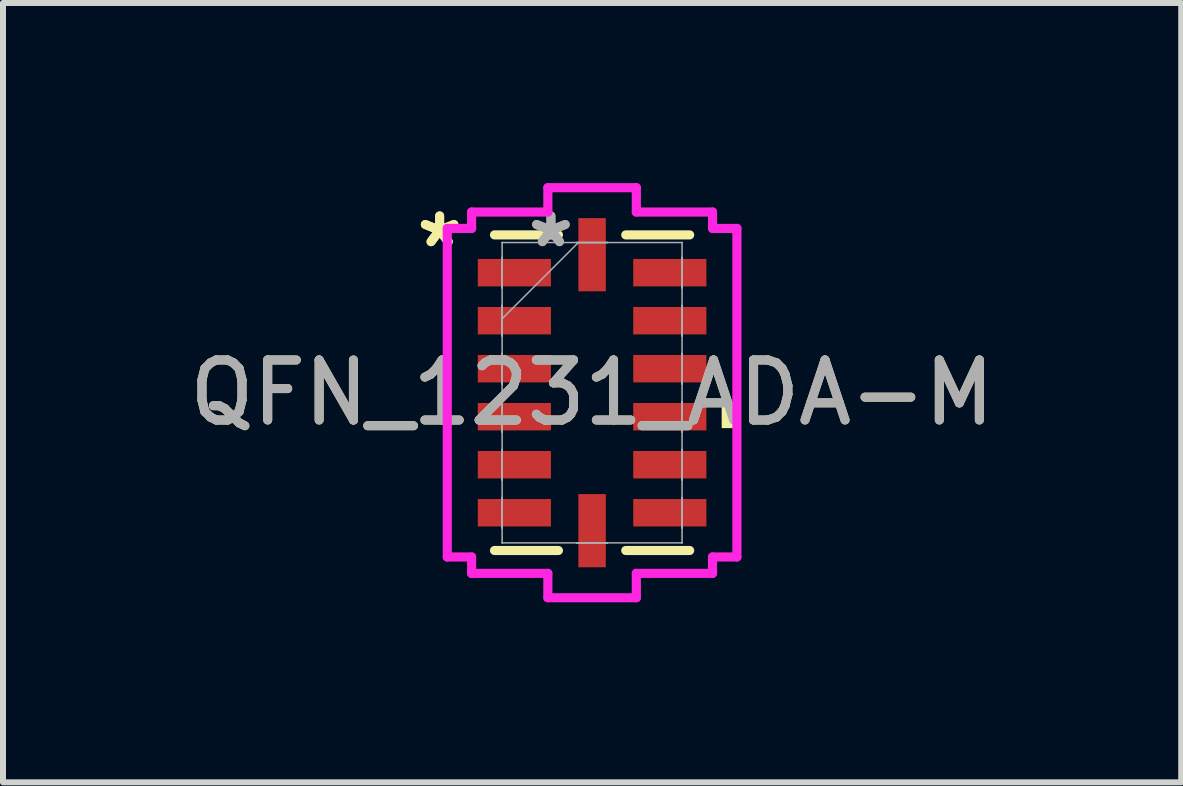
<source format=kicad_pcb>
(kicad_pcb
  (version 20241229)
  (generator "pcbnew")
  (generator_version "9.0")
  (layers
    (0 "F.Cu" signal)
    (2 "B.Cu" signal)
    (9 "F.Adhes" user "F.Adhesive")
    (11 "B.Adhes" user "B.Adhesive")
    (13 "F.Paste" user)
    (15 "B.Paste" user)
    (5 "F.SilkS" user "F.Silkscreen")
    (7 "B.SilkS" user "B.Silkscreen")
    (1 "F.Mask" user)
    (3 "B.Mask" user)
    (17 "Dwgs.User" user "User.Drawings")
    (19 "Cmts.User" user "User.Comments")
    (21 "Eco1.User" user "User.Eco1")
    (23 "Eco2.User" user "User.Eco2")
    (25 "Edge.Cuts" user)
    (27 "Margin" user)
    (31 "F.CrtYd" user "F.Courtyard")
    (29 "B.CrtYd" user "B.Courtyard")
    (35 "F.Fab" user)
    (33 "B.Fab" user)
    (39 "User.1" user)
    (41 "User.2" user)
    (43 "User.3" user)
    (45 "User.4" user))
  (footprint "QFN_1231_ADA-M"
    (layer "F.Cu")
    (at 6.815 3.493)
    (property "Reference" "QFN_1231_ADA-M" (at 0 0 0) (unlocked yes) (layer "F.SilkS") (effects (font (size 1 1) (thickness 0.15))))
    (attr smd)
    (fp_line (start -1.626 2.629) (end -0.561 2.629) (stroke (width 0.152) (type solid)) (layer "F.SilkS"))
    (fp_line (start -0.561 -2.629) (end -1.626 -2.629) (stroke (width 0.152) (type solid)) (layer "F.SilkS"))
    (fp_line (start 0.561 2.629) (end 1.626 2.629) (stroke (width 0.152) (type solid)) (layer "F.SilkS"))
    (fp_line (start 1.626 -2.629) (end 0.561 -2.629) (stroke (width 0.152) (type solid)) (layer "F.SilkS"))
    (fp_poly (pts (xy 2.413 0.209) (xy 2.413 0.59) (xy 2.159 0.59) (xy 2.159 0.209)) (stroke (width 0) (type solid)) (fill yes) (layer "F.SilkS"))
    (fp_line (start -2.413 -2.737) (end -2.007 -2.737) (stroke (width 0.152) (type solid)) (layer "F.CrtYd"))
    (fp_line (start -2.413 2.737) (end -2.413 -2.737) (stroke (width 0.152) (type solid)) (layer "F.CrtYd"))
    (fp_line (start -2.007 -3.01) (end -0.737 -3.01) (stroke (width 0.152) (type solid)) (layer "F.CrtYd"))
    (fp_line (start -2.007 -2.737) (end -2.007 -3.01) (stroke (width 0.152) (type solid)) (layer "F.CrtYd"))
    (fp_line (start -2.007 2.737) (end -2.413 2.737) (stroke (width 0.152) (type solid)) (layer "F.CrtYd"))
    (fp_line (start -2.007 3.01) (end -2.007 2.737) (stroke (width 0.152) (type solid)) (layer "F.CrtYd"))
    (fp_line (start -0.737 -3.416) (end 0.737 -3.416) (stroke (width 0.152) (type solid)) (layer "F.CrtYd"))
    (fp_line (start -0.737 -3.01) (end -0.737 -3.416) (stroke (width 0.152) (type solid)) (layer "F.CrtYd"))
    (fp_line (start -0.737 3.01) (end -2.007 3.01) (stroke (width 0.152) (type solid)) (layer "F.CrtYd"))
    (fp_line (start -0.737 3.416) (end -0.737 3.01) (stroke (width 0.152) (type solid)) (layer "F.CrtYd"))
    (fp_line (start 0.737 -3.416) (end 0.737 -3.01) (stroke (width 0.152) (type solid)) (layer "F.CrtYd"))
    (fp_line (start 0.737 -3.01) (end 2.007 -3.01) (stroke (width 0.152) (type solid)) (layer "F.CrtYd"))
    (fp_line (start 0.737 3.01) (end 0.737 3.416) (stroke (width 0.152) (type solid)) (layer "F.CrtYd"))
    (fp_line (start 0.737 3.416) (end -0.737 3.416) (stroke (width 0.152) (type solid)) (layer "F.CrtYd"))
    (fp_line (start 2.007 -3.01) (end 2.007 -2.737) (stroke (width 0.152) (type solid)) (layer "F.CrtYd"))
    (fp_line (start 2.007 -2.737) (end 2.413 -2.737) (stroke (width 0.152) (type solid)) (layer "F.CrtYd"))
    (fp_line (start 2.007 2.737) (end 2.007 3.01) (stroke (width 0.152) (type solid)) (layer "F.CrtYd"))
    (fp_line (start 2.007 3.01) (end 0.737 3.01) (stroke (width 0.152) (type solid)) (layer "F.CrtYd"))
    (fp_line (start 2.413 -2.737) (end 2.413 2.737) (stroke (width 0.152) (type solid)) (layer "F.CrtYd"))
    (fp_line (start 2.413 2.737) (end 2.007 2.737) (stroke (width 0.152) (type solid)) (layer "F.CrtYd"))
    (fp_line (start -1.499 -2.502) (end -1.499 -2.502) (stroke (width 0.025) (type solid)) (layer "F.Fab"))
    (fp_line (start -1.499 -2.502) (end -1.499 2.502) (stroke (width 0.025) (type solid)) (layer "F.Fab"))
    (fp_line (start -1.499 -2.254) (end -1.499 -2.254) (stroke (width 0.025) (type solid)) (layer "F.Fab"))
    (fp_line (start -1.499 -2.254) (end -1.499 -1.746) (stroke (width 0.025) (type solid)) (layer "F.Fab"))
    (fp_line (start -1.499 -1.746) (end -1.499 -2.254) (stroke (width 0.025) (type solid)) (layer "F.Fab"))
    (fp_line (start -1.499 -1.746) (end -1.499 -1.746) (stroke (width 0.025) (type solid)) (layer "F.Fab"))
    (fp_line (start -1.499 -1.454) (end -1.499 -1.454) (stroke (width 0.025) (type solid)) (layer "F.Fab"))
    (fp_line (start -1.499 -1.454) (end -1.499 -0.946) (stroke (width 0.025) (type solid)) (layer "F.Fab"))
    (fp_line (start -1.499 -1.232) (end -0.229 -2.502) (stroke (width 0.025) (type solid)) (layer "F.Fab"))
    (fp_line (start -1.499 -0.946) (end -1.499 -1.454) (stroke (width 0.025) (type solid)) (layer "F.Fab"))
    (fp_line (start -1.499 -0.946) (end -1.499 -0.946) (stroke (width 0.025) (type solid)) (layer "F.Fab"))
    (fp_line (start -1.499 -0.654) (end -1.499 -0.654) (stroke (width 0.025) (type solid)) (layer "F.Fab"))
    (fp_line (start -1.499 -0.654) (end -1.499 -0.146) (stroke (width 0.025) (type solid)) (layer "F.Fab"))
    (fp_line (start -1.499 -0.146) (end -1.499 -0.654) (stroke (width 0.025) (type solid)) (layer "F.Fab"))
    (fp_line (start -1.499 -0.146) (end -1.499 -0.146) (stroke (width 0.025) (type solid)) (layer "F.Fab"))
    (fp_line (start -1.499 0.146) (end -1.499 0.146) (stroke (width 0.025) (type solid)) (layer "F.Fab"))
    (fp_line (start -1.499 0.146) (end -1.499 0.654) (stroke (width 0.025) (type solid)) (layer "F.Fab"))
    (fp_line (start -1.499 0.654) (end -1.499 0.146) (stroke (width 0.025) (type solid)) (layer "F.Fab"))
    (fp_line (start -1.499 0.654) (end -1.499 0.654) (stroke (width 0.025) (type solid)) (layer "F.Fab"))
    (fp_line (start -1.499 0.946) (end -1.499 0.946) (stroke (width 0.025) (type solid)) (layer "F.Fab"))
    (fp_line (start -1.499 0.946) (end -1.499 1.454) (stroke (width 0.025) (type solid)) (layer "F.Fab"))
    (fp_line (start -1.499 1.454) (end -1.499 0.946) (stroke (width 0.025) (type solid)) (layer "F.Fab"))
    (fp_line (start -1.499 1.454) (end -1.499 1.454) (stroke (width 0.025) (type solid)) (layer "F.Fab"))
    (fp_line (start -1.499 1.746) (end -1.499 1.746) (stroke (width 0.025) (type solid)) (layer "F.Fab"))
    (fp_line (start -1.499 1.746) (end -1.499 2.254) (stroke (width 0.025) (type solid)) (layer "F.Fab"))
    (fp_line (start -1.499 2.254) (end -1.499 1.746) (stroke (width 0.025) (type solid)) (layer "F.Fab"))
    (fp_line (start -1.499 2.254) (end -1.499 2.254) (stroke (width 0.025) (type solid)) (layer "F.Fab"))
    (fp_line (start -1.499 2.502) (end -1.499 2.502) (stroke (width 0.025) (type solid)) (layer "F.Fab"))
    (fp_line (start -1.499 2.502) (end 1.499 2.502) (stroke (width 0.025) (type solid)) (layer "F.Fab"))
    (fp_line (start -0.254 -2.502) (end -0.254 -2.502) (stroke (width 0.025) (type solid)) (layer "F.Fab"))
    (fp_line (start -0.254 -2.502) (end 0.254 -2.502) (stroke (width 0.025) (type solid)) (layer "F.Fab"))
    (fp_line (start -0.254 2.502) (end -0.254 2.502) (stroke (width 0.025) (type solid)) (layer "F.Fab"))
    (fp_line (start -0.254 2.502) (end 0.254 2.502) (stroke (width 0.025) (type solid)) (layer "F.Fab"))
    (fp_line (start 0.254 -2.502) (end -0.254 -2.502) (stroke (width 0.025) (type solid)) (layer "F.Fab"))
    (fp_line (start 0.254 -2.502) (end 0.254 -2.502) (stroke (width 0.025) (type solid)) (layer "F.Fab"))
    (fp_line (start 0.254 2.502) (end -0.254 2.502) (stroke (width 0.025) (type solid)) (layer "F.Fab"))
    (fp_line (start 0.254 2.502) (end 0.254 2.502) (stroke (width 0.025) (type solid)) (layer "F.Fab"))
    (fp_line (start 1.499 -2.502) (end -1.499 -2.502) (stroke (width 0.025) (type solid)) (layer "F.Fab"))
    (fp_line (start 1.499 -2.502) (end 1.499 -2.502) (stroke (width 0.025) (type solid)) (layer "F.Fab"))
    (fp_line (start 1.499 -2.254) (end 1.499 -2.254) (stroke (width 0.025) (type solid)) (layer "F.Fab"))
    (fp_line (start 1.499 -2.254) (end 1.499 -1.746) (stroke (width 0.025) (type solid)) (layer "F.Fab"))
    (fp_line (start 1.499 -1.746) (end 1.499 -2.254) (stroke (width 0.025) (type solid)) (layer "F.Fab"))
    (fp_line (start 1.499 -1.746) (end 1.499 -1.746) (stroke (width 0.025) (type solid)) (layer "F.Fab"))
    (fp_line (start 1.499 -1.454) (end 1.499 -1.454) (stroke (width 0.025) (type solid)) (layer "F.Fab"))
    (fp_line (start 1.499 -1.454) (end 1.499 -0.946) (stroke (width 0.025) (type solid)) (layer "F.Fab"))
    (fp_line (start 1.499 -0.946) (end 1.499 -1.454) (stroke (width 0.025) (type solid)) (layer "F.Fab"))
    (fp_line (start 1.499 -0.946) (end 1.499 -0.946) (stroke (width 0.025) (type solid)) (layer "F.Fab"))
    (fp_line (start 1.499 -0.654) (end 1.499 -0.654) (stroke (width 0.025) (type solid)) (layer "F.Fab"))
    (fp_line (start 1.499 -0.654) (end 1.499 -0.146) (stroke (width 0.025) (type solid)) (layer "F.Fab"))
    (fp_line (start 1.499 -0.146) (end 1.499 -0.654) (stroke (width 0.025) (type solid)) (layer "F.Fab"))
    (fp_line (start 1.499 -0.146) (end 1.499 -0.146) (stroke (width 0.025) (type solid)) (layer "F.Fab"))
    (fp_line (start 1.499 0.146) (end 1.499 0.146) (stroke (width 0.025) (type solid)) (layer "F.Fab"))
    (fp_line (start 1.499 0.146) (end 1.499 0.654) (stroke (width 0.025) (type solid)) (layer "F.Fab"))
    (fp_line (start 1.499 0.654) (end 1.499 0.146) (stroke (width 0.025) (type solid)) (layer "F.Fab"))
    (fp_line (start 1.499 0.654) (end 1.499 0.654) (stroke (width 0.025) (type solid)) (layer "F.Fab"))
    (fp_line (start 1.499 0.946) (end 1.499 0.946) (stroke (width 0.025) (type solid)) (layer "F.Fab"))
    (fp_line (start 1.499 0.946) (end 1.499 1.454) (stroke (width 0.025) (type solid)) (layer "F.Fab"))
    (fp_line (start 1.499 1.454) (end 1.499 0.946) (stroke (width 0.025) (type solid)) (layer "F.Fab"))
    (fp_line (start 1.499 1.454) (end 1.499 1.454) (stroke (width 0.025) (type solid)) (layer "F.Fab"))
    (fp_line (start 1.499 1.746) (end 1.499 1.746) (stroke (width 0.025) (type solid)) (layer "F.Fab"))
    (fp_line (start 1.499 1.746) (end 1.499 2.254) (stroke (width 0.025) (type solid)) (layer "F.Fab"))
    (fp_line (start 1.499 2.254) (end 1.499 1.746) (stroke (width 0.025) (type solid)) (layer "F.Fab"))
    (fp_line (start 1.499 2.254) (end 1.499 2.254) (stroke (width 0.025) (type solid)) (layer "F.Fab"))
    (fp_line (start 1.499 2.502) (end 1.499 -2.502) (stroke (width 0.025) (type solid)) (layer "F.Fab"))
    (fp_line (start 1.499 2.502) (end 1.499 2.502) (stroke (width 0.025) (type solid)) (layer "F.Fab"))
    (fp_text user "*" (at -2.54 -2.4 0) (layer "F.SilkS") (effects (font (size 1 1) (thickness 0.15))))
    (fp_text user "*" (at -2.54 -2.4 0) (unlocked yes) (layer "F.SilkS") (effects (font (size 1 1) (thickness 0.15))))
    (fp_text user "*" (at -0.686 -2.4 0) (layer "F.Fab") (effects (font (size 1 1) (thickness 0.15))))
    (fp_text user "*" (at -0.686 -2.4 0) (unlocked yes) (layer "F.Fab") (effects (font (size 1 1) (thickness 0.15))))
    (fp_text user "${REFERENCE}" (at 0 0 0) (unlocked yes) (layer "F.Fab") (effects (font (size 1 1) (thickness 0.15))))
    (pad "1" smd rect (at -1.295 -2 90) (size 0.457 1.219) (layers "F.Cu" "F.Mask" "F.Paste"))
    (pad "2" smd rect (at -1.295 -1.2 90) (size 0.457 1.219) (layers "F.Cu" "F.Mask" "F.Paste"))
    (pad "3" smd rect (at -1.295 -0.4 90) (size 0.457 1.219) (layers "F.Cu" "F.Mask" "F.Paste"))
    (pad "4" smd rect (at -1.295 0.4 90) (size 0.457 1.219) (layers "F.Cu" "F.Mask" "F.Paste"))
    (pad "5" smd rect (at -1.295 1.2 90) (size 0.457 1.219) (layers "F.Cu" "F.Mask" "F.Paste"))
    (pad "6" smd rect (at -1.295 2 90) (size 0.457 1.219) (layers "F.Cu" "F.Mask" "F.Paste"))
    (pad "7" smd rect (at 0 2.299) (size 0.457 1.219) (layers "F.Cu" "F.Mask" "F.Paste"))
    (pad "8" smd rect (at 1.295 2 90) (size 0.457 1.219) (layers "F.Cu" "F.Mask" "F.Paste"))
    (pad "9" smd rect (at 1.295 1.2 90) (size 0.457 1.219) (layers "F.Cu" "F.Mask" "F.Paste"))
    (pad "10" smd rect (at 1.295 0.4 90) (size 0.457 1.219) (layers "F.Cu" "F.Mask" "F.Paste"))
    (pad "11" smd rect (at 1.295 -0.4 90) (size 0.457 1.219) (layers "F.Cu" "F.Mask" "F.Paste"))
    (pad "12" smd rect (at 1.295 -1.2 90) (size 0.457 1.219) (layers "F.Cu" "F.Mask" "F.Paste"))
    (pad "13" smd rect (at 1.295 -2 90) (size 0.457 1.219) (layers "F.Cu" "F.Mask" "F.Paste"))
    (pad "14" smd rect (at 0 -2.299) (size 0.457 1.219) (layers "F.Cu" "F.Mask" "F.Paste")))
  (gr_rect
    (start -3 -3)
    (end 16.631 9.985)
    (stroke (width 0.1) (type default))
    (fill no)
    (layer "Edge.Cuts")))
</source>
